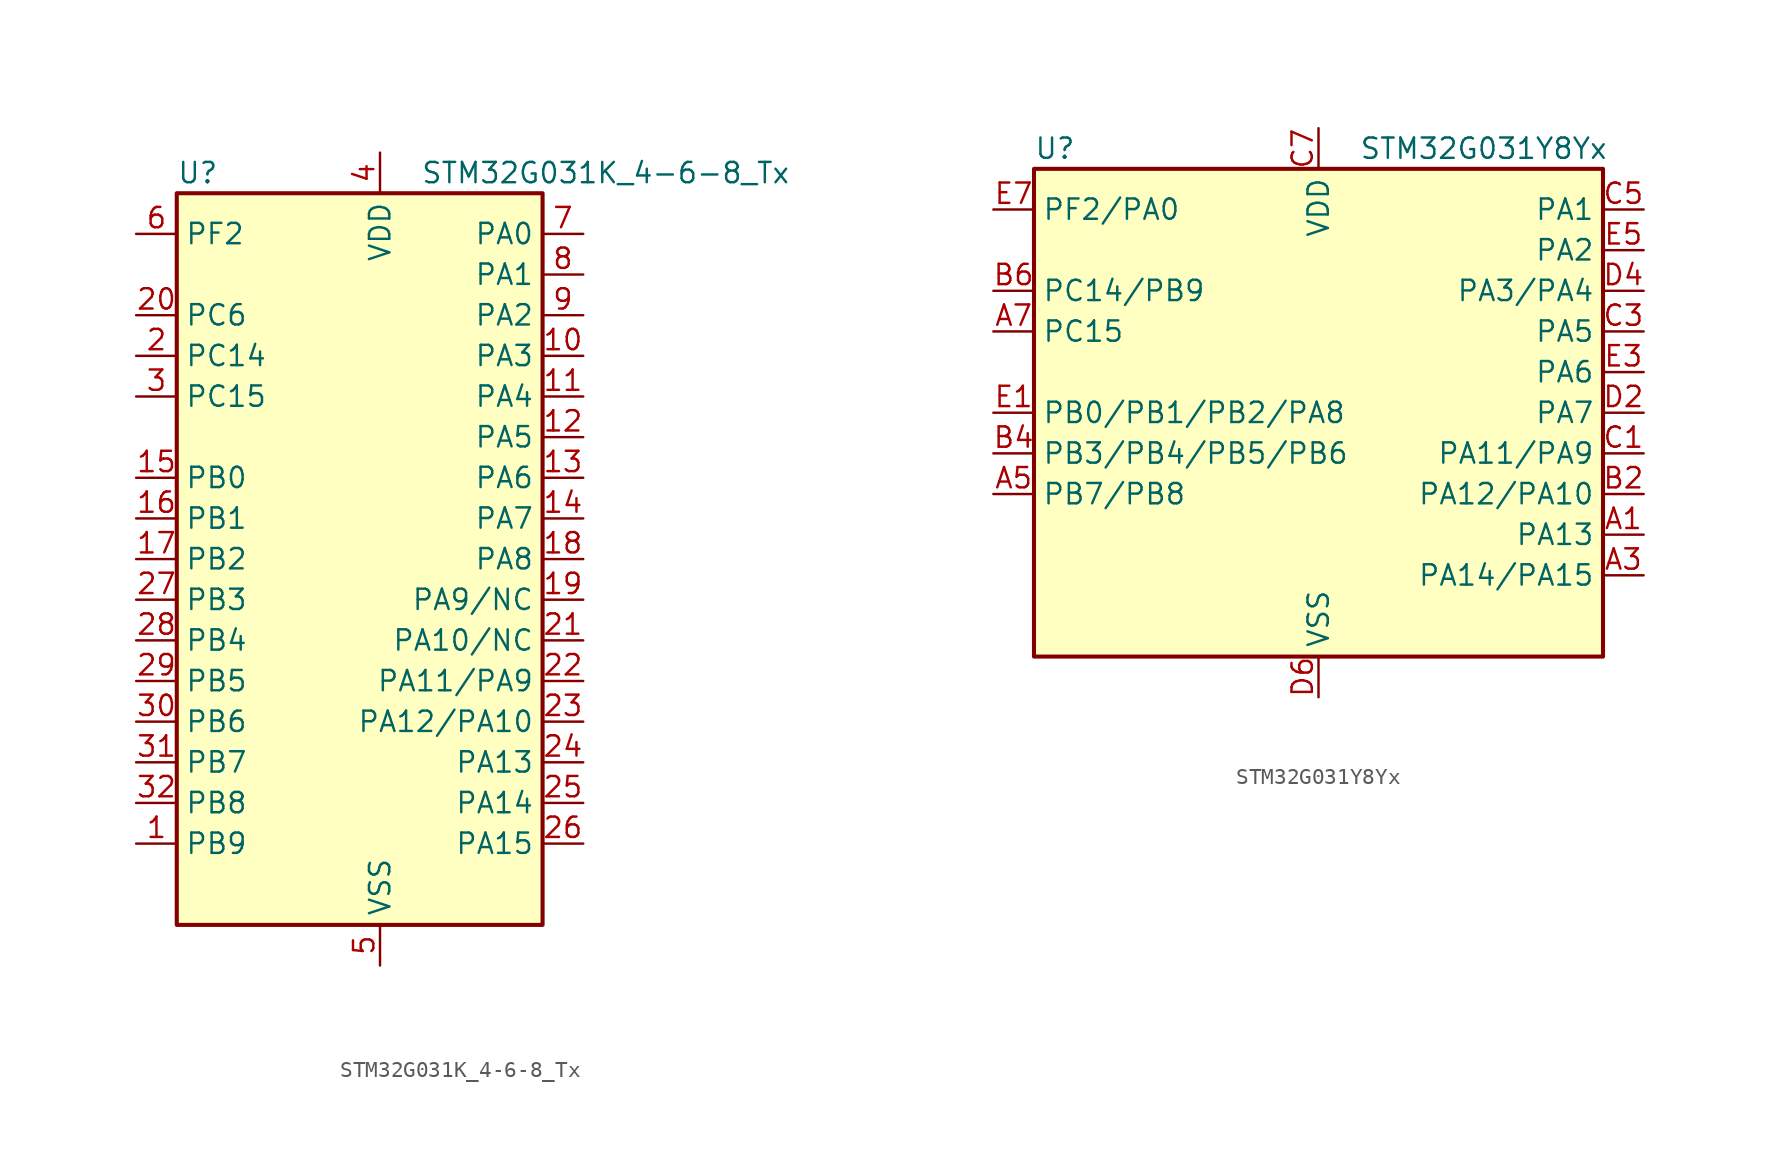
<source format=kicad_sym>
(kicad_symbol_lib
  (version 20231120)
  (generator "kicad_symbol_editor")
  (generator_version "8.0")
  (symbol "STM32G031K_4-6-8_Tx"
    (property "Reference" "U"
      (at -10.16 24.13 0)
      (effects (font (size 1.27 1.27)) (justify left)))
    (property "Value" "STM32G031K_4-6-8_Tx"
      (at 5.08 24.13 0)
      (effects (font (size 1.27 1.27)) (justify left)))
    (property "ki_locked" ""
      (at 0 0 0)
      (effects (font (size 1.27 1.27))))
    (symbol "STM32G031K_4-6-8_Tx_0_1"
      (rectangle (start -10.16 -22.86) (end 12.7 22.86) (stroke (width 0.254) (type default)) (fill (type background))))
    (symbol "STM32G031K_4-6-8_Tx_1_1"
      (pin bidirectional line (at -12.7 -17.78 0) (length 2.54) (name "PB9" (effects (font (size 1.27 1.27)))) (number "1" (effects (font (size 1.27 1.27)))) (alternate "I2C1_SDA" bidirectional line) (alternate "IR_OUT" bidirectional line) (alternate "SPI2_NSS" bidirectional line) (alternate "TIM17_CH1" bidirectional line))
      (pin bidirectional line (at 15.24 12.7 180) (length 2.54) (name "PA3" (effects (font (size 1.27 1.27)))) (number "10" (effects (font (size 1.27 1.27)))) (alternate "ADC1_IN3" bidirectional line) (alternate "LPUART1_RX" bidirectional line) (alternate "SPI2_MISO" bidirectional line) (alternate "TIM2_CH4" bidirectional line) (alternate "USART2_RX" bidirectional line))
      (pin bidirectional line (at 15.24 10.16 180) (length 2.54) (name "PA4" (effects (font (size 1.27 1.27)))) (number "11" (effects (font (size 1.27 1.27)))) (alternate "ADC1_IN4" bidirectional line) (alternate "I2S1_WS" bidirectional line) (alternate "LPTIM2_OUT" bidirectional line) (alternate "RTC_OUT_ALARM" bidirectional line) (alternate "RTC_OUT_CALIB" bidirectional line) (alternate "RTC_TAMP_IN1" bidirectional line) (alternate "RTC_TS" bidirectional line) (alternate "SPI1_NSS" bidirectional line) (alternate "SPI2_MOSI" bidirectional line) (alternate "SYS_WKUP2" bidirectional line) (alternate "TIM14_CH1" bidirectional line))
      (pin bidirectional line (at 15.24 7.62 180) (length 2.54) (name "PA5" (effects (font (size 1.27 1.27)))) (number "12" (effects (font (size 1.27 1.27)))) (alternate "ADC1_IN5" bidirectional line) (alternate "I2S1_CK" bidirectional line) (alternate "LPTIM2_ETR" bidirectional line) (alternate "SPI1_SCK" bidirectional line) (alternate "TIM2_CH1" bidirectional line) (alternate "TIM2_ETR" bidirectional line))
      (pin bidirectional line (at 15.24 5.08 180) (length 2.54) (name "PA6" (effects (font (size 1.27 1.27)))) (number "13" (effects (font (size 1.27 1.27)))) (alternate "ADC1_IN6" bidirectional line) (alternate "I2S1_MCK" bidirectional line) (alternate "LPUART1_CTS" bidirectional line) (alternate "SPI1_MISO" bidirectional line) (alternate "TIM16_CH1" bidirectional line) (alternate "TIM1_BK" bidirectional line) (alternate "TIM3_CH1" bidirectional line))
      (pin bidirectional line (at 15.24 2.54 180) (length 2.54) (name "PA7" (effects (font (size 1.27 1.27)))) (number "14" (effects (font (size 1.27 1.27)))) (alternate "ADC1_IN7" bidirectional line) (alternate "I2S1_SD" bidirectional line) (alternate "SPI1_MOSI" bidirectional line) (alternate "TIM14_CH1" bidirectional line) (alternate "TIM17_CH1" bidirectional line) (alternate "TIM1_CH1N" bidirectional line) (alternate "TIM3_CH2" bidirectional line))
      (pin bidirectional line (at -12.7 5.08 0) (length 2.54) (name "PB0" (effects (font (size 1.27 1.27)))) (number "15" (effects (font (size 1.27 1.27)))) (alternate "ADC1_IN8" bidirectional line) (alternate "I2S1_WS" bidirectional line) (alternate "LPTIM1_OUT" bidirectional line) (alternate "SPI1_NSS" bidirectional line) (alternate "TIM1_CH2N" bidirectional line) (alternate "TIM3_CH3" bidirectional line))
      (pin bidirectional line (at -12.7 2.54 0) (length 2.54) (name "PB1" (effects (font (size 1.27 1.27)))) (number "16" (effects (font (size 1.27 1.27)))) (alternate "ADC1_IN9" bidirectional line) (alternate "LPTIM2_IN1" bidirectional line) (alternate "LPUART1_DE" bidirectional line) (alternate "LPUART1_RTS" bidirectional line) (alternate "TIM14_CH1" bidirectional line) (alternate "TIM1_CH3N" bidirectional line) (alternate "TIM3_CH4" bidirectional line))
      (pin bidirectional line (at -12.7 0 0) (length 2.54) (name "PB2" (effects (font (size 1.27 1.27)))) (number "17" (effects (font (size 1.27 1.27)))) (alternate "ADC1_IN10" bidirectional line) (alternate "LPTIM1_OUT" bidirectional line) (alternate "SPI2_MISO" bidirectional line))
      (pin bidirectional line (at 15.24 0 180) (length 2.54) (name "PA8" (effects (font (size 1.27 1.27)))) (number "18" (effects (font (size 1.27 1.27)))) (alternate "LPTIM2_OUT" bidirectional line) (alternate "RCC_MCO" bidirectional line) (alternate "SPI2_NSS" bidirectional line) (alternate "TIM1_CH1" bidirectional line))
      (pin bidirectional line (at 15.24 -2.54 180) (length 2.54) (name "PA9/NC" (effects (font (size 1.27 1.27)))) (number "19" (effects (font (size 1.27 1.27)))) (alternate "I2C1_SCL" bidirectional line) (alternate "RCC_MCO" bidirectional line) (alternate "SPI2_MISO" bidirectional line) (alternate "TIM1_CH2" bidirectional line) (alternate "USART1_TX" bidirectional line))
      (pin bidirectional line (at -12.7 12.7 0) (length 2.54) (name "PC14" (effects (font (size 1.27 1.27)))) (number "2" (effects (font (size 1.27 1.27)))) (alternate "RCC_OSC32_IN" bidirectional line) (alternate "RCC_OSC_IN" bidirectional line) (alternate "TIM1_BK2" bidirectional line))
      (pin bidirectional line (at -12.7 15.24 0) (length 2.54) (name "PC6" (effects (font (size 1.27 1.27)))) (number "20" (effects (font (size 1.27 1.27)))) (alternate "TIM2_CH3" bidirectional line) (alternate "TIM3_CH1" bidirectional line))
      (pin bidirectional line (at 15.24 -5.08 180) (length 2.54) (name "PA10/NC" (effects (font (size 1.27 1.27)))) (number "21" (effects (font (size 1.27 1.27)))) (alternate "I2C1_SDA" bidirectional line) (alternate "SPI2_MOSI" bidirectional line) (alternate "TIM17_BK" bidirectional line) (alternate "TIM1_CH3" bidirectional line) (alternate "USART1_RX" bidirectional line))
      (pin bidirectional line (at 15.24 -7.62 180) (length 2.54) (name "PA11/PA9" (effects (font (size 1.27 1.27)))) (number "22" (effects (font (size 1.27 1.27)))) (alternate "ADC1_EXTI11" bidirectional line) (alternate "ADC1_IN15" bidirectional line) (alternate "I2C2_SCL" bidirectional line) (alternate "I2S1_MCK" bidirectional line) (alternate "SPI1_MISO" bidirectional line) (alternate "TIM1_BK2" bidirectional line) (alternate "TIM1_CH4" bidirectional line) (alternate "USART1_CTS" bidirectional line) (alternate "USART1_NSS" bidirectional line))
      (pin bidirectional line (at 15.24 -10.16 180) (length 2.54) (name "PA12/PA10" (effects (font (size 1.27 1.27)))) (number "23" (effects (font (size 1.27 1.27)))) (alternate "ADC1_IN16" bidirectional line) (alternate "I2C2_SDA" bidirectional line) (alternate "I2S1_SD" bidirectional line) (alternate "I2S_CKIN" bidirectional line) (alternate "SPI1_MOSI" bidirectional line) (alternate "TIM1_ETR" bidirectional line) (alternate "USART1_CK" bidirectional line) (alternate "USART1_DE" bidirectional line) (alternate "USART1_RTS" bidirectional line))
      (pin bidirectional line (at 15.24 -12.7 180) (length 2.54) (name "PA13" (effects (font (size 1.27 1.27)))) (number "24" (effects (font (size 1.27 1.27)))) (alternate "ADC1_IN17" bidirectional line) (alternate "IR_OUT" bidirectional line) (alternate "SYS_SWDIO" bidirectional line))
      (pin bidirectional line (at 15.24 -15.24 180) (length 2.54) (name "PA14" (effects (font (size 1.27 1.27)))) (number "25" (effects (font (size 1.27 1.27)))) (alternate "ADC1_IN18" bidirectional line) (alternate "SYS_SWCLK" bidirectional line) (alternate "USART2_TX" bidirectional line))
      (pin bidirectional line (at 15.24 -17.78 180) (length 2.54) (name "PA15" (effects (font (size 1.27 1.27)))) (number "26" (effects (font (size 1.27 1.27)))) (alternate "I2S1_WS" bidirectional line) (alternate "SPI1_NSS" bidirectional line) (alternate "TIM2_CH1" bidirectional line) (alternate "TIM2_ETR" bidirectional line) (alternate "USART2_RX" bidirectional line))
      (pin bidirectional line (at -12.7 -2.54 0) (length 2.54) (name "PB3" (effects (font (size 1.27 1.27)))) (number "27" (effects (font (size 1.27 1.27)))) (alternate "I2S1_CK" bidirectional line) (alternate "SPI1_SCK" bidirectional line) (alternate "TIM1_CH2" bidirectional line) (alternate "TIM2_CH2" bidirectional line) (alternate "USART1_CK" bidirectional line) (alternate "USART1_DE" bidirectional line) (alternate "USART1_RTS" bidirectional line))
      (pin bidirectional line (at -12.7 -5.08 0) (length 2.54) (name "PB4" (effects (font (size 1.27 1.27)))) (number "28" (effects (font (size 1.27 1.27)))) (alternate "I2S1_MCK" bidirectional line) (alternate "SPI1_MISO" bidirectional line) (alternate "TIM17_BK" bidirectional line) (alternate "TIM3_CH1" bidirectional line) (alternate "USART1_CTS" bidirectional line) (alternate "USART1_NSS" bidirectional line))
      (pin bidirectional line (at -12.7 -7.62 0) (length 2.54) (name "PB5" (effects (font (size 1.27 1.27)))) (number "29" (effects (font (size 1.27 1.27)))) (alternate "I2C1_SMBA" bidirectional line) (alternate "I2S1_SD" bidirectional line) (alternate "LPTIM1_IN1" bidirectional line) (alternate "SPI1_MOSI" bidirectional line) (alternate "SYS_WKUP6" bidirectional line) (alternate "TIM16_BK" bidirectional line) (alternate "TIM3_CH2" bidirectional line))
      (pin bidirectional line (at -12.7 10.16 0) (length 2.54) (name "PC15" (effects (font (size 1.27 1.27)))) (number "3" (effects (font (size 1.27 1.27)))) (alternate "RCC_OSC32_EN" bidirectional line) (alternate "RCC_OSC32_OUT" bidirectional line) (alternate "RCC_OSC_EN" bidirectional line))
      (pin bidirectional line (at -12.7 -10.16 0) (length 2.54) (name "PB6" (effects (font (size 1.27 1.27)))) (number "30" (effects (font (size 1.27 1.27)))) (alternate "I2C1_SCL" bidirectional line) (alternate "LPTIM1_ETR" bidirectional line) (alternate "SPI2_MISO" bidirectional line) (alternate "TIM16_CH1N" bidirectional line) (alternate "TIM1_CH3" bidirectional line) (alternate "USART1_TX" bidirectional line))
      (pin bidirectional line (at -12.7 -12.7 0) (length 2.54) (name "PB7" (effects (font (size 1.27 1.27)))) (number "31" (effects (font (size 1.27 1.27)))) (alternate "ADC1_IN11" bidirectional line) (alternate "I2C1_SDA" bidirectional line) (alternate "LPTIM1_IN2" bidirectional line) (alternate "SPI2_MOSI" bidirectional line) (alternate "SYS_PVD_IN" bidirectional line) (alternate "TIM17_CH1N" bidirectional line) (alternate "USART1_RX" bidirectional line))
      (pin bidirectional line (at -12.7 -15.24 0) (length 2.54) (name "PB8" (effects (font (size 1.27 1.27)))) (number "32" (effects (font (size 1.27 1.27)))) (alternate "I2C1_SCL" bidirectional line) (alternate "SPI2_SCK" bidirectional line) (alternate "TIM16_CH1" bidirectional line))
      (pin power_in line (at 2.54 25.4 270) (length 2.54) (name "VDD" (effects (font (size 1.27 1.27)))) (number "4" (effects (font (size 1.27 1.27)))))
      (pin power_in line (at 2.54 -25.4 90) (length 2.54) (name "VSS" (effects (font (size 1.27 1.27)))) (number "5" (effects (font (size 1.27 1.27)))))
      (pin bidirectional line (at -12.7 20.32 0) (length 2.54) (name "PF2" (effects (font (size 1.27 1.27)))) (number "6" (effects (font (size 1.27 1.27)))) (alternate "RCC_MCO" bidirectional line))
      (pin bidirectional line (at 15.24 20.32 180) (length 2.54) (name "PA0" (effects (font (size 1.27 1.27)))) (number "7" (effects (font (size 1.27 1.27)))) (alternate "ADC1_IN0" bidirectional line) (alternate "LPTIM1_OUT" bidirectional line) (alternate "RTC_TAMP_IN2" bidirectional line) (alternate "SPI2_SCK" bidirectional line) (alternate "SYS_WKUP1" bidirectional line) (alternate "TIM2_CH1" bidirectional line) (alternate "TIM2_ETR" bidirectional line) (alternate "USART2_CTS" bidirectional line) (alternate "USART2_NSS" bidirectional line))
      (pin bidirectional line (at 15.24 17.78 180) (length 2.54) (name "PA1" (effects (font (size 1.27 1.27)))) (number "8" (effects (font (size 1.27 1.27)))) (alternate "ADC1_IN1" bidirectional line) (alternate "I2C1_SMBA" bidirectional line) (alternate "I2S1_CK" bidirectional line) (alternate "SPI1_SCK" bidirectional line) (alternate "TIM2_CH2" bidirectional line) (alternate "USART2_CK" bidirectional line) (alternate "USART2_DE" bidirectional line) (alternate "USART2_RTS" bidirectional line))
      (pin bidirectional line (at 15.24 15.24 180) (length 2.54) (name "PA2" (effects (font (size 1.27 1.27)))) (number "9" (effects (font (size 1.27 1.27)))) (alternate "ADC1_IN2" bidirectional line) (alternate "I2S1_SD" bidirectional line) (alternate "LPUART1_TX" bidirectional line) (alternate "RCC_LSCO" bidirectional line) (alternate "SPI1_MOSI" bidirectional line) (alternate "SYS_WKUP4" bidirectional line) (alternate "TIM2_CH3" bidirectional line) (alternate "USART2_TX" bidirectional line))))
  (symbol "STM32G031Y8Yx"
    (property "Reference" "U"
      (at -17.78 16.51 0)
      (effects (font (size 1.27 1.27)) (justify left)))
    (property "Value" "STM32G031Y8Yx"
      (at 2.54 16.51 0)
      (effects (font (size 1.27 1.27)) (justify left)))
    (property "ki_locked" ""
      (at 0 0 0)
      (effects (font (size 1.27 1.27))))
    (symbol "STM32G031Y8Yx_0_1"
      (rectangle (start -17.78 -15.24) (end 17.78 15.24) (stroke (width 0.254) (type default)) (fill (type background))))
    (symbol "STM32G031Y8Yx_1_1"
      (pin bidirectional line (at 20.32 -7.62 180) (length 2.54) (name "PA13" (effects (font (size 1.27 1.27)))) (number "A1" (effects (font (size 1.27 1.27)))) (alternate "ADC1_IN17" bidirectional line) (alternate "IR_OUT" bidirectional line) (alternate "SYS_SWDIO" bidirectional line))
      (pin bidirectional line (at 20.32 -10.16 180) (length 2.54) (name "PA14/PA15" (effects (font (size 1.27 1.27)))) (number "A3" (effects (font (size 1.27 1.27)))) (alternate "ADC1_IN18" bidirectional line) (alternate "SYS_SWCLK" bidirectional line) (alternate "USART2_TX" bidirectional line))
      (pin bidirectional line (at -20.32 -5.08 0) (length 2.54) (name "PB7/PB8" (effects (font (size 1.27 1.27)))) (number "A5" (effects (font (size 1.27 1.27)))) (alternate "ADC1_IN11" bidirectional line) (alternate "I2C1_SDA" bidirectional line) (alternate "LPTIM1_IN2" bidirectional line) (alternate "SPI2_MOSI" bidirectional line) (alternate "SYS_PVD_IN" bidirectional line) (alternate "TIM17_CH1N" bidirectional line) (alternate "USART1_RX" bidirectional line))
      (pin bidirectional line (at -20.32 5.08 0) (length 2.54) (name "PC15" (effects (font (size 1.27 1.27)))) (number "A7" (effects (font (size 1.27 1.27)))) (alternate "RCC_OSC32_EN" bidirectional line) (alternate "RCC_OSC32_OUT" bidirectional line) (alternate "RCC_OSC_EN" bidirectional line))
      (pin bidirectional line (at 20.32 -5.08 180) (length 2.54) (name "PA12/PA10" (effects (font (size 1.27 1.27)))) (number "B2" (effects (font (size 1.27 1.27)))) (alternate "ADC1_IN16" bidirectional line) (alternate "I2C2_SDA" bidirectional line) (alternate "I2S1_SD" bidirectional line) (alternate "I2S_CKIN" bidirectional line) (alternate "SPI1_MOSI" bidirectional line) (alternate "TIM1_ETR" bidirectional line) (alternate "USART1_CK" bidirectional line) (alternate "USART1_DE" bidirectional line) (alternate "USART1_RTS" bidirectional line))
      (pin bidirectional line (at -20.32 -2.54 0) (length 2.54) (name "PB3/PB4/PB5/PB6" (effects (font (size 1.27 1.27)))) (number "B4" (effects (font (size 1.27 1.27)))) (alternate "I2S1_CK" bidirectional line) (alternate "SPI1_SCK" bidirectional line) (alternate "TIM1_CH2" bidirectional line) (alternate "TIM2_CH2" bidirectional line) (alternate "USART1_CK" bidirectional line) (alternate "USART1_DE" bidirectional line) (alternate "USART1_RTS" bidirectional line))
      (pin bidirectional line (at -20.32 7.62 0) (length 2.54) (name "PC14/PB9" (effects (font (size 1.27 1.27)))) (number "B6" (effects (font (size 1.27 1.27)))) (alternate "RCC_OSC32_IN" bidirectional line) (alternate "RCC_OSC_IN" bidirectional line) (alternate "TIM1_BK2" bidirectional line))
      (pin bidirectional line (at 20.32 -2.54 180) (length 2.54) (name "PA11/PA9" (effects (font (size 1.27 1.27)))) (number "C1" (effects (font (size 1.27 1.27)))) (alternate "ADC1_EXTI11" bidirectional line) (alternate "ADC1_IN15" bidirectional line) (alternate "I2C2_SCL" bidirectional line) (alternate "I2S1_MCK" bidirectional line) (alternate "SPI1_MISO" bidirectional line) (alternate "TIM1_BK2" bidirectional line) (alternate "TIM1_CH4" bidirectional line) (alternate "USART1_CTS" bidirectional line) (alternate "USART1_NSS" bidirectional line))
      (pin bidirectional line (at 20.32 5.08 180) (length 2.54) (name "PA5" (effects (font (size 1.27 1.27)))) (number "C3" (effects (font (size 1.27 1.27)))) (alternate "ADC1_IN5" bidirectional line) (alternate "I2S1_CK" bidirectional line) (alternate "LPTIM2_ETR" bidirectional line) (alternate "SPI1_SCK" bidirectional line) (alternate "TIM2_CH1" bidirectional line) (alternate "TIM2_ETR" bidirectional line))
      (pin bidirectional line (at 20.32 12.7 180) (length 2.54) (name "PA1" (effects (font (size 1.27 1.27)))) (number "C5" (effects (font (size 1.27 1.27)))) (alternate "ADC1_IN1" bidirectional line) (alternate "I2C1_SMBA" bidirectional line) (alternate "I2S1_CK" bidirectional line) (alternate "SPI1_SCK" bidirectional line) (alternate "TIM2_CH2" bidirectional line) (alternate "USART2_CK" bidirectional line) (alternate "USART2_DE" bidirectional line) (alternate "USART2_RTS" bidirectional line))
      (pin power_in line (at 0 17.78 270) (length 2.54) (name "VDD" (effects (font (size 1.27 1.27)))) (number "C7" (effects (font (size 1.27 1.27)))))
      (pin bidirectional line (at 20.32 0 180) (length 2.54) (name "PA7" (effects (font (size 1.27 1.27)))) (number "D2" (effects (font (size 1.27 1.27)))) (alternate "ADC1_IN7" bidirectional line) (alternate "I2S1_SD" bidirectional line) (alternate "SPI1_MOSI" bidirectional line) (alternate "TIM14_CH1" bidirectional line) (alternate "TIM17_CH1" bidirectional line) (alternate "TIM1_CH1N" bidirectional line) (alternate "TIM3_CH2" bidirectional line))
      (pin bidirectional line (at 20.32 7.62 180) (length 2.54) (name "PA3/PA4" (effects (font (size 1.27 1.27)))) (number "D4" (effects (font (size 1.27 1.27)))) (alternate "ADC1_IN3" bidirectional line) (alternate "LPUART1_RX" bidirectional line) (alternate "SPI2_MISO" bidirectional line) (alternate "TIM2_CH4" bidirectional line) (alternate "USART2_RX" bidirectional line))
      (pin power_in line (at 0 -17.78 90) (length 2.54) (name "VSS" (effects (font (size 1.27 1.27)))) (number "D6" (effects (font (size 1.27 1.27)))))
      (pin bidirectional line (at -20.32 0 0) (length 2.54) (name "PB0/PB1/PB2/PA8" (effects (font (size 1.27 1.27)))) (number "E1" (effects (font (size 1.27 1.27)))) (alternate "ADC1_IN8" bidirectional line) (alternate "I2S1_WS" bidirectional line) (alternate "LPTIM1_OUT" bidirectional line) (alternate "SPI1_NSS" bidirectional line) (alternate "TIM1_CH2N" bidirectional line) (alternate "TIM3_CH3" bidirectional line))
      (pin bidirectional line (at 20.32 2.54 180) (length 2.54) (name "PA6" (effects (font (size 1.27 1.27)))) (number "E3" (effects (font (size 1.27 1.27)))) (alternate "ADC1_IN6" bidirectional line) (alternate "I2S1_MCK" bidirectional line) (alternate "LPUART1_CTS" bidirectional line) (alternate "SPI1_MISO" bidirectional line) (alternate "TIM16_CH1" bidirectional line) (alternate "TIM1_BK" bidirectional line) (alternate "TIM3_CH1" bidirectional line))
      (pin bidirectional line (at 20.32 10.16 180) (length 2.54) (name "PA2" (effects (font (size 1.27 1.27)))) (number "E5" (effects (font (size 1.27 1.27)))) (alternate "ADC1_IN2" bidirectional line) (alternate "I2S1_SD" bidirectional line) (alternate "LPUART1_TX" bidirectional line) (alternate "RCC_LSCO" bidirectional line) (alternate "SPI1_MOSI" bidirectional line) (alternate "SYS_WKUP4" bidirectional line) (alternate "TIM2_CH3" bidirectional line) (alternate "USART2_TX" bidirectional line))
      (pin bidirectional line (at -20.32 12.7 0) (length 2.54) (name "PF2/PA0" (effects (font (size 1.27 1.27)))) (number "E7" (effects (font (size 1.27 1.27)))) (alternate "RCC_MCO" bidirectional line)))))
</source>
